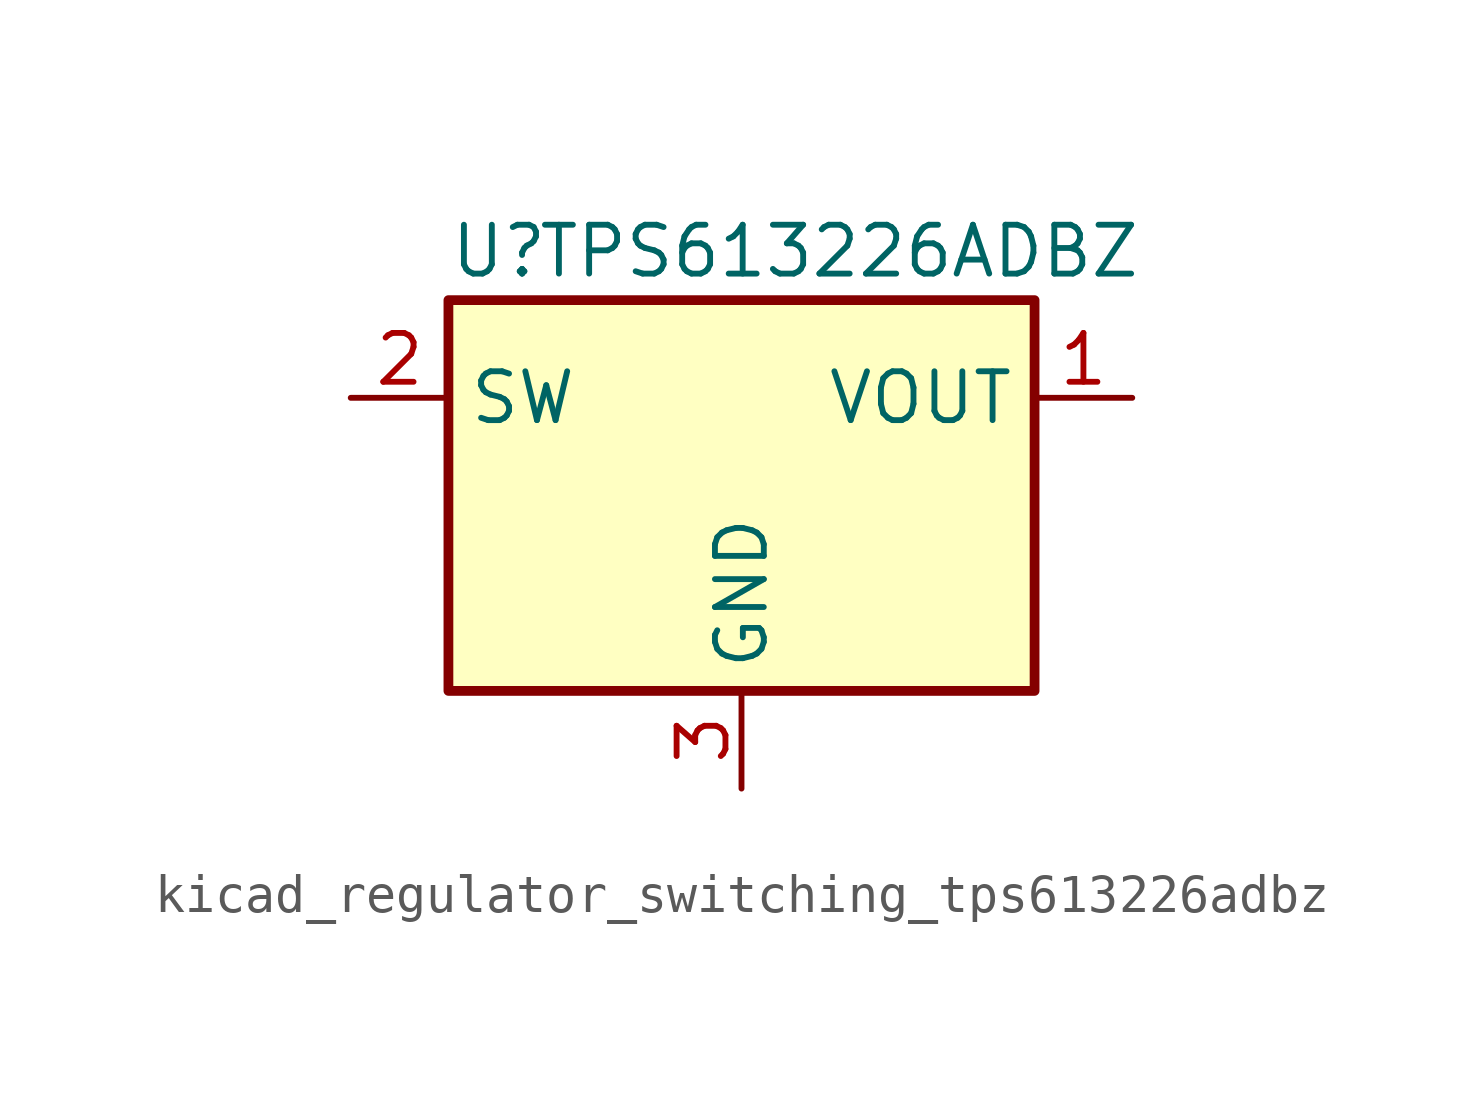
<source format=kicad_sym>
(kicad_symbol_lib
  (version 20220914)
  (generator kicad_symbol_editor)
  (symbol "kicad_regulator_switching_tps613226adbz"
    (property "Reference" "U"
      (at -7.62 6.35 0)
      (effects (font (size 1.27 1.27)) (justify left)))
    (property "Value" "TPS613226ADBZ"
      (at 2.54 6.35 0)
      (effects (font (size 1.27 1.27))))
    (symbol "kicad_regulator_switching_tps613226adbz_0_1"
      (rectangle (start -7.62 5.08) (end 7.62 -5.08) (stroke (width 0.254) (type default)) (fill (type background))))
    (symbol "kicad_regulator_switching_tps613226adbz_1_1"
      (pin power_out line (at 10.16 2.54 180) (length 2.54) (name "VOUT" (effects (font (size 1.27 1.27)))) (number "1" (effects (font (size 1.27 1.27)))))
      (pin power_in line (at -10.16 2.54 0) (length 2.54) (name "SW" (effects (font (size 1.27 1.27)))) (number "2" (effects (font (size 1.27 1.27)))))
      (pin power_in line (at 0 -7.62 90) (length 2.54) (name "GND" (effects (font (size 1.27 1.27)))) (number "3" (effects (font (size 1.27 1.27))))))))
</source>
